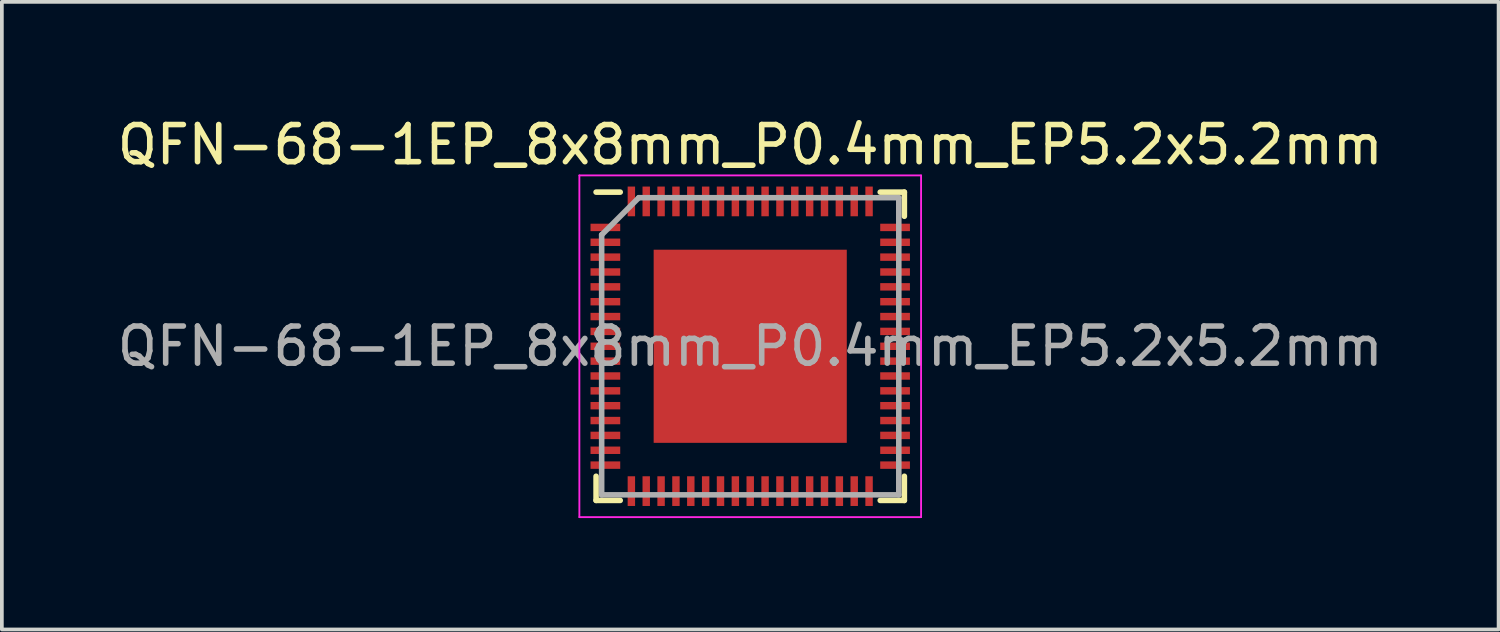
<source format=kicad_pcb>
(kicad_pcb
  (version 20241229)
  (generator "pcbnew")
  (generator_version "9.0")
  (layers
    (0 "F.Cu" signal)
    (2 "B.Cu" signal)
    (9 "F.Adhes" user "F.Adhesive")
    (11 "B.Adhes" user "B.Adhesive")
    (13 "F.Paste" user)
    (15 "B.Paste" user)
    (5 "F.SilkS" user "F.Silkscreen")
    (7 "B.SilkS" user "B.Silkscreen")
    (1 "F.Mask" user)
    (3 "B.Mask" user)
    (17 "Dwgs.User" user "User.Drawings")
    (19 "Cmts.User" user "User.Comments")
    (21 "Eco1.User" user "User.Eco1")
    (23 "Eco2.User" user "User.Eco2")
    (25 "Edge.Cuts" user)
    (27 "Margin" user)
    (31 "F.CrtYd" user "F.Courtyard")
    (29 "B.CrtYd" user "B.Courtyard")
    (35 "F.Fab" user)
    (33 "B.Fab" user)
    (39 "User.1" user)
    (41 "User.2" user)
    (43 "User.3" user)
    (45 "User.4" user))
  (footprint "QFN-68-1EP_8x8mm_P0.4mm_EP5.2x5.2mm"
    (layer "F.Cu")
    (at 17.149 6.273)
    (property "Reference" "QFN-68-1EP_8x8mm_P0.4mm_EP5.2x5.2mm" (at 0 -5.425 0) (layer "F.SilkS") (effects (font (size 1 1) (thickness 0.15))))
    (attr smd)
    (fp_line (start -4.15 -4.15) (end -3.5 -4.15) (stroke (width 0.15) (type solid)) (layer "F.SilkS"))
    (fp_line (start -4.15 4.15) (end -4.15 3.5) (stroke (width 0.15) (type solid)) (layer "F.SilkS"))
    (fp_line (start -3.5 4.15) (end -4.15 4.15) (stroke (width 0.15) (type solid)) (layer "F.SilkS"))
    (fp_line (start 3.5 -4.15) (end 4.15 -4.15) (stroke (width 0.15) (type solid)) (layer "F.SilkS"))
    (fp_line (start 3.5 4.15) (end 4.15 4.15) (stroke (width 0.15) (type solid)) (layer "F.SilkS"))
    (fp_line (start 4.15 -4.15) (end 4.15 -3.5) (stroke (width 0.15) (type solid)) (layer "F.SilkS"))
    (fp_line (start 4.15 4.15) (end 4.15 3.5) (stroke (width 0.15) (type solid)) (layer "F.SilkS"))
    (fp_line (start -4.6 -4.6) (end 4.6 -4.6) (stroke (width 0.05) (type solid)) (layer "F.CrtYd"))
    (fp_line (start -4.6 4.6) (end -4.6 -4.6) (stroke (width 0.05) (type solid)) (layer "F.CrtYd"))
    (fp_line (start 4.6 -4.6) (end 4.6 4.6) (stroke (width 0.05) (type solid)) (layer "F.CrtYd"))
    (fp_line (start 4.6 4.6) (end -4.6 4.6) (stroke (width 0.05) (type solid)) (layer "F.CrtYd"))
    (fp_line (start -4 -3) (end -3 -4) (stroke (width 0.15) (type solid)) (layer "F.Fab"))
    (fp_line (start -4 4) (end -4 -3) (stroke (width 0.15) (type solid)) (layer "F.Fab"))
    (fp_line (start -3 -4) (end 4 -4) (stroke (width 0.15) (type solid)) (layer "F.Fab"))
    (fp_line (start 4 -4) (end 4 4) (stroke (width 0.15) (type solid)) (layer "F.Fab"))
    (fp_line (start 4 4) (end -4 4) (stroke (width 0.15) (type solid)) (layer "F.Fab"))
    (fp_text user "${REFERENCE}" (at 0 0 0) (layer "F.Fab") (effects (font (size 1 1) (thickness 0.15))))
    (pad "1" smd rect (at -3.9 -3.2 90) (size 0.2 0.8) (layers "F.Cu" "F.Mask" "F.Paste"))
    (pad "2" smd rect (at -3.9 -2.8 90) (size 0.2 0.8) (layers "F.Cu" "F.Mask" "F.Paste"))
    (pad "3" smd rect (at -3.9 -2.4 90) (size 0.2 0.8) (layers "F.Cu" "F.Mask" "F.Paste"))
    (pad "4" smd rect (at -3.9 -2 90) (size 0.2 0.8) (layers "F.Cu" "F.Mask" "F.Paste"))
    (pad "5" smd rect (at -3.9 -1.6 90) (size 0.2 0.8) (layers "F.Cu" "F.Mask" "F.Paste"))
    (pad "6" smd rect (at -3.9 -1.2 90) (size 0.2 0.8) (layers "F.Cu" "F.Mask" "F.Paste"))
    (pad "7" smd rect (at -3.9 -0.8 90) (size 0.2 0.8) (layers "F.Cu" "F.Mask" "F.Paste"))
    (pad "8" smd rect (at -3.9 -0.4 90) (size 0.2 0.8) (layers "F.Cu" "F.Mask" "F.Paste"))
    (pad "9" smd rect (at -3.9 0 90) (size 0.2 0.8) (layers "F.Cu" "F.Mask" "F.Paste"))
    (pad "10" smd rect (at -3.9 0.4 90) (size 0.2 0.8) (layers "F.Cu" "F.Mask" "F.Paste"))
    (pad "11" smd rect (at -3.9 0.8 90) (size 0.2 0.8) (layers "F.Cu" "F.Mask" "F.Paste"))
    (pad "12" smd rect (at -3.9 1.2 90) (size 0.2 0.8) (layers "F.Cu" "F.Mask" "F.Paste"))
    (pad "13" smd rect (at -3.9 1.6 90) (size 0.2 0.8) (layers "F.Cu" "F.Mask" "F.Paste"))
    (pad "14" smd rect (at -3.9 2 90) (size 0.2 0.8) (layers "F.Cu" "F.Mask" "F.Paste"))
    (pad "15" smd rect (at -3.9 2.4 90) (size 0.2 0.8) (layers "F.Cu" "F.Mask" "F.Paste"))
    (pad "16" smd rect (at -3.9 2.8 90) (size 0.2 0.8) (layers "F.Cu" "F.Mask" "F.Paste"))
    (pad "17" smd rect (at -3.9 3.2 90) (size 0.2 0.8) (layers "F.Cu" "F.Mask" "F.Paste"))
    (pad "18" smd rect (at -3.2 3.9) (size 0.2 0.8) (layers "F.Cu" "F.Mask" "F.Paste"))
    (pad "19" smd rect (at -2.8 3.9) (size 0.2 0.8) (layers "F.Cu" "F.Mask" "F.Paste"))
    (pad "20" smd rect (at -2.4 3.9) (size 0.2 0.8) (layers "F.Cu" "F.Mask" "F.Paste"))
    (pad "21" smd rect (at -2 3.9) (size 0.2 0.8) (layers "F.Cu" "F.Mask" "F.Paste"))
    (pad "22" smd rect (at -1.6 3.9) (size 0.2 0.8) (layers "F.Cu" "F.Mask" "F.Paste"))
    (pad "23" smd rect (at -1.2 3.9) (size 0.2 0.8) (layers "F.Cu" "F.Mask" "F.Paste"))
    (pad "24" smd rect (at -0.8 3.9) (size 0.2 0.8) (layers "F.Cu" "F.Mask" "F.Paste"))
    (pad "25" smd rect (at -0.4 3.9) (size 0.2 0.8) (layers "F.Cu" "F.Mask" "F.Paste"))
    (pad "26" smd rect (at 0 3.9) (size 0.2 0.8) (layers "F.Cu" "F.Mask" "F.Paste"))
    (pad "27" smd rect (at 0.4 3.9) (size 0.2 0.8) (layers "F.Cu" "F.Mask" "F.Paste"))
    (pad "28" smd rect (at 0.8 3.9) (size 0.2 0.8) (layers "F.Cu" "F.Mask" "F.Paste"))
    (pad "29" smd rect (at 1.2 3.9) (size 0.2 0.8) (layers "F.Cu" "F.Mask" "F.Paste"))
    (pad "30" smd rect (at 1.6 3.9) (size 0.2 0.8) (layers "F.Cu" "F.Mask" "F.Paste"))
    (pad "31" smd rect (at 2 3.9) (size 0.2 0.8) (layers "F.Cu" "F.Mask" "F.Paste"))
    (pad "32" smd rect (at 2.4 3.9) (size 0.2 0.8) (layers "F.Cu" "F.Mask" "F.Paste"))
    (pad "33" smd rect (at 2.8 3.9) (size 0.2 0.8) (layers "F.Cu" "F.Mask" "F.Paste"))
    (pad "34" smd rect (at 3.2 3.9) (size 0.2 0.8) (layers "F.Cu" "F.Mask" "F.Paste"))
    (pad "35" smd rect (at 3.9 3.2 90) (size 0.2 0.8) (layers "F.Cu" "F.Mask" "F.Paste"))
    (pad "36" smd rect (at 3.9 2.8 90) (size 0.2 0.8) (layers "F.Cu" "F.Mask" "F.Paste"))
    (pad "37" smd rect (at 3.9 2.4 90) (size 0.2 0.8) (layers "F.Cu" "F.Mask" "F.Paste"))
    (pad "38" smd rect (at 3.9 2 90) (size 0.2 0.8) (layers "F.Cu" "F.Mask" "F.Paste"))
    (pad "39" smd rect (at 3.9 1.6 90) (size 0.2 0.8) (layers "F.Cu" "F.Mask" "F.Paste"))
    (pad "40" smd rect (at 3.9 1.2 90) (size 0.2 0.8) (layers "F.Cu" "F.Mask" "F.Paste"))
    (pad "41" smd rect (at 3.9 0.8 90) (size 0.2 0.8) (layers "F.Cu" "F.Mask" "F.Paste"))
    (pad "42" smd rect (at 3.9 0.4 90) (size 0.2 0.8) (layers "F.Cu" "F.Mask" "F.Paste"))
    (pad "43" smd rect (at 3.9 0 90) (size 0.2 0.8) (layers "F.Cu" "F.Mask" "F.Paste"))
    (pad "44" smd rect (at 3.9 -0.4 90) (size 0.2 0.8) (layers "F.Cu" "F.Mask" "F.Paste"))
    (pad "45" smd rect (at 3.9 -0.8 90) (size 0.2 0.8) (layers "F.Cu" "F.Mask" "F.Paste"))
    (pad "46" smd rect (at 3.9 -1.2 90) (size 0.2 0.8) (layers "F.Cu" "F.Mask" "F.Paste"))
    (pad "47" smd rect (at 3.9 -1.6 90) (size 0.2 0.8) (layers "F.Cu" "F.Mask" "F.Paste"))
    (pad "48" smd rect (at 3.9 -2 90) (size 0.2 0.8) (layers "F.Cu" "F.Mask" "F.Paste"))
    (pad "49" smd rect (at 3.9 -2.4 90) (size 0.2 0.8) (layers "F.Cu" "F.Mask" "F.Paste"))
    (pad "50" smd rect (at 3.9 -2.8 90) (size 0.2 0.8) (layers "F.Cu" "F.Mask" "F.Paste"))
    (pad "51" smd rect (at 3.9 -3.2 90) (size 0.2 0.8) (layers "F.Cu" "F.Mask" "F.Paste"))
    (pad "52" smd rect (at 3.2 -3.9) (size 0.2 0.8) (layers "F.Cu" "F.Mask" "F.Paste"))
    (pad "53" smd rect (at 2.8 -3.9) (size 0.2 0.8) (layers "F.Cu" "F.Mask" "F.Paste"))
    (pad "54" smd rect (at 2.4 -3.9) (size 0.2 0.8) (layers "F.Cu" "F.Mask" "F.Paste"))
    (pad "55" smd rect (at 2 -3.9) (size 0.2 0.8) (layers "F.Cu" "F.Mask" "F.Paste"))
    (pad "56" smd rect (at 1.6 -3.9) (size 0.2 0.8) (layers "F.Cu" "F.Mask" "F.Paste"))
    (pad "57" smd rect (at 1.2 -3.9) (size 0.2 0.8) (layers "F.Cu" "F.Mask" "F.Paste"))
    (pad "58" smd rect (at 0.8 -3.9) (size 0.2 0.8) (layers "F.Cu" "F.Mask" "F.Paste"))
    (pad "59" smd rect (at 0.4 -3.9) (size 0.2 0.8) (layers "F.Cu" "F.Mask" "F.Paste"))
    (pad "60" smd rect (at 0 -3.9) (size 0.2 0.8) (layers "F.Cu" "F.Mask" "F.Paste"))
    (pad "61" smd rect (at -0.4 -3.9) (size 0.2 0.8) (layers "F.Cu" "F.Mask" "F.Paste"))
    (pad "62" smd rect (at -0.8 -3.9) (size 0.2 0.8) (layers "F.Cu" "F.Mask" "F.Paste"))
    (pad "63" smd rect (at -1.2 -3.9) (size 0.2 0.8) (layers "F.Cu" "F.Mask" "F.Paste"))
    (pad "64" smd rect (at -1.6 -3.9) (size 0.2 0.8) (layers "F.Cu" "F.Mask" "F.Paste"))
    (pad "65" smd rect (at -2 -3.9) (size 0.2 0.8) (layers "F.Cu" "F.Mask" "F.Paste"))
    (pad "66" smd rect (at -2.4 -3.9) (size 0.2 0.8) (layers "F.Cu" "F.Mask" "F.Paste"))
    (pad "67" smd rect (at -2.8 -3.9) (size 0.2 0.8) (layers "F.Cu" "F.Mask" "F.Paste"))
    (pad "68" smd rect (at -3.2 -3.9) (size 0.2 0.8) (layers "F.Cu" "F.Mask" "F.Paste"))
    (pad "69" smd rect (at 0 0) (size 5.2 5.2) (layers "F.Cu" "F.Mask" "F.Paste")))
  (gr_rect
    (start -3 -3)
    (end 37.298 13.898)
    (stroke (width 0.1) (type default))
    (fill no)
    (layer "Edge.Cuts")))
</source>
